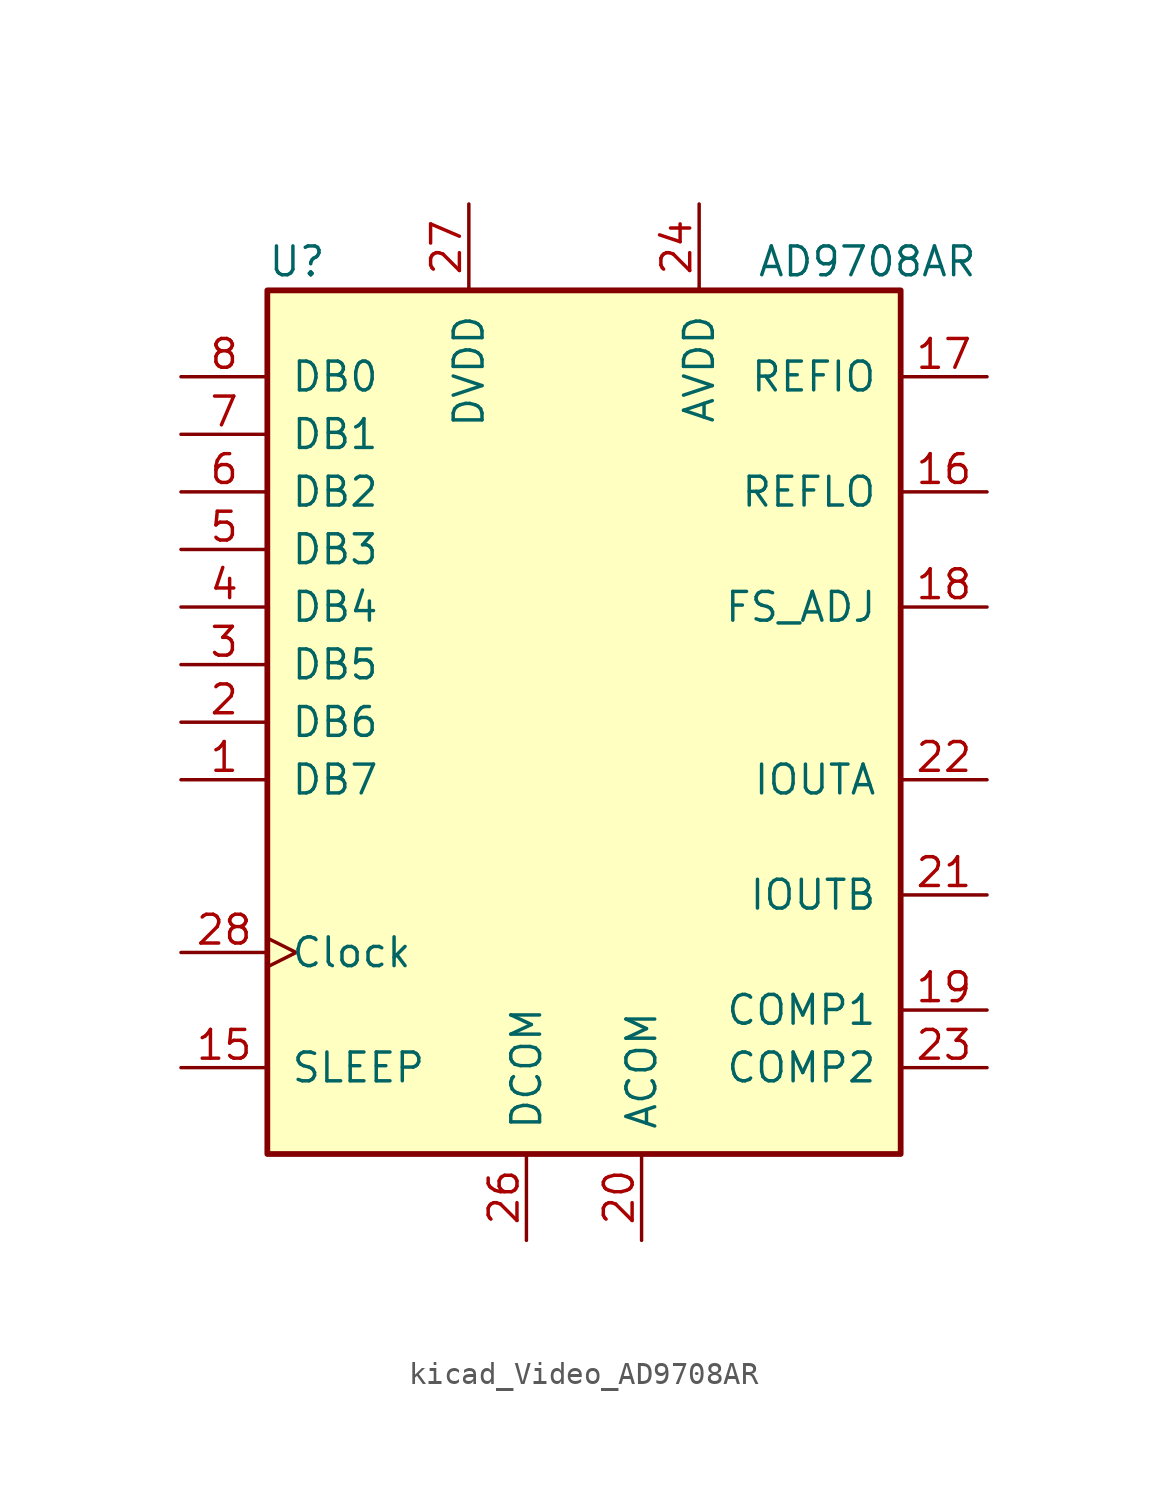
<source format=kicad_sym>
(kicad_symbol_lib
  (version 20220914)
  (generator kicad_symbol_editor)
  (symbol "kicad_Video_AD9708AR"
    (pin_names
      (offset 1.016))
    (property "Reference" "U"
      (at -13.97 20.32 0)
      (effects (font (size 1.27 1.27)) (justify left)))
    (property "Value" "AD9708AR"
      (at 7.62 20.32 0)
      (effects (font (size 1.27 1.27)) (justify left)))
    (symbol "kicad_Video_AD9708AR_0_1"
      (rectangle (start -13.97 19.05) (end 13.97 -19.05) (stroke (width 0.254) (type default)) (fill (type background))))
    (symbol "kicad_Video_AD9708AR_1_1"
      (pin input line (at -17.78 -2.54 0) (length 3.81) (name "DB7" (effects (font (size 1.27 1.27)))) (number "1" (effects (font (size 1.27 1.27)))))
      (pin input line (at -17.78 -15.24 0) (length 3.81) (name "SLEEP" (effects (font (size 1.27 1.27)))) (number "15" (effects (font (size 1.27 1.27)))))
      (pin power_in line (at 17.78 10.16 180) (length 3.81) (name "REFLO" (effects (font (size 1.27 1.27)))) (number "16" (effects (font (size 1.27 1.27)))))
      (pin bidirectional line (at 17.78 15.24 180) (length 3.81) (name "REFIO" (effects (font (size 1.27 1.27)))) (number "17" (effects (font (size 1.27 1.27)))))
      (pin output line (at 17.78 5.08 180) (length 3.81) (name "FS_ADJ" (effects (font (size 1.27 1.27)))) (number "18" (effects (font (size 1.27 1.27)))))
      (pin bidirectional line (at 17.78 -12.7 180) (length 3.81) (name "COMP1" (effects (font (size 1.27 1.27)))) (number "19" (effects (font (size 1.27 1.27)))))
      (pin input line (at -17.78 0 0) (length 3.81) (name "DB6" (effects (font (size 1.27 1.27)))) (number "2" (effects (font (size 1.27 1.27)))))
      (pin power_in line (at 2.54 -22.86 90) (length 3.81) (name "ACOM" (effects (font (size 1.27 1.27)))) (number "20" (effects (font (size 1.27 1.27)))))
      (pin output line (at 17.78 -7.62 180) (length 3.81) (name "IOUTB" (effects (font (size 1.27 1.27)))) (number "21" (effects (font (size 1.27 1.27)))))
      (pin output line (at 17.78 -2.54 180) (length 3.81) (name "IOUTA" (effects (font (size 1.27 1.27)))) (number "22" (effects (font (size 1.27 1.27)))))
      (pin bidirectional line (at 17.78 -15.24 180) (length 3.81) (name "COMP2" (effects (font (size 1.27 1.27)))) (number "23" (effects (font (size 1.27 1.27)))))
      (pin power_in line (at 5.08 22.86 270) (length 3.81) (name "AVDD" (effects (font (size 1.27 1.27)))) (number "24" (effects (font (size 1.27 1.27)))))
      (pin power_in line (at -2.54 -22.86 90) (length 3.81) (name "DCOM" (effects (font (size 1.27 1.27)))) (number "26" (effects (font (size 1.27 1.27)))))
      (pin power_in line (at -5.08 22.86 270) (length 3.81) (name "DVDD" (effects (font (size 1.27 1.27)))) (number "27" (effects (font (size 1.27 1.27)))))
      (pin input clock (at -17.78 -10.16 0) (length 3.81) (name "Clock" (effects (font (size 1.27 1.27)))) (number "28" (effects (font (size 1.27 1.27)))))
      (pin input line (at -17.78 2.54 0) (length 3.81) (name "DB5" (effects (font (size 1.27 1.27)))) (number "3" (effects (font (size 1.27 1.27)))))
      (pin input line (at -17.78 5.08 0) (length 3.81) (name "DB4" (effects (font (size 1.27 1.27)))) (number "4" (effects (font (size 1.27 1.27)))))
      (pin input line (at -17.78 7.62 0) (length 3.81) (name "DB3" (effects (font (size 1.27 1.27)))) (number "5" (effects (font (size 1.27 1.27)))))
      (pin input line (at -17.78 10.16 0) (length 3.81) (name "DB2" (effects (font (size 1.27 1.27)))) (number "6" (effects (font (size 1.27 1.27)))))
      (pin input line (at -17.78 12.7 0) (length 3.81) (name "DB1" (effects (font (size 1.27 1.27)))) (number "7" (effects (font (size 1.27 1.27)))))
      (pin input line (at -17.78 15.24 0) (length 3.81) (name "DB0" (effects (font (size 1.27 1.27)))) (number "8" (effects (font (size 1.27 1.27))))))))
</source>
